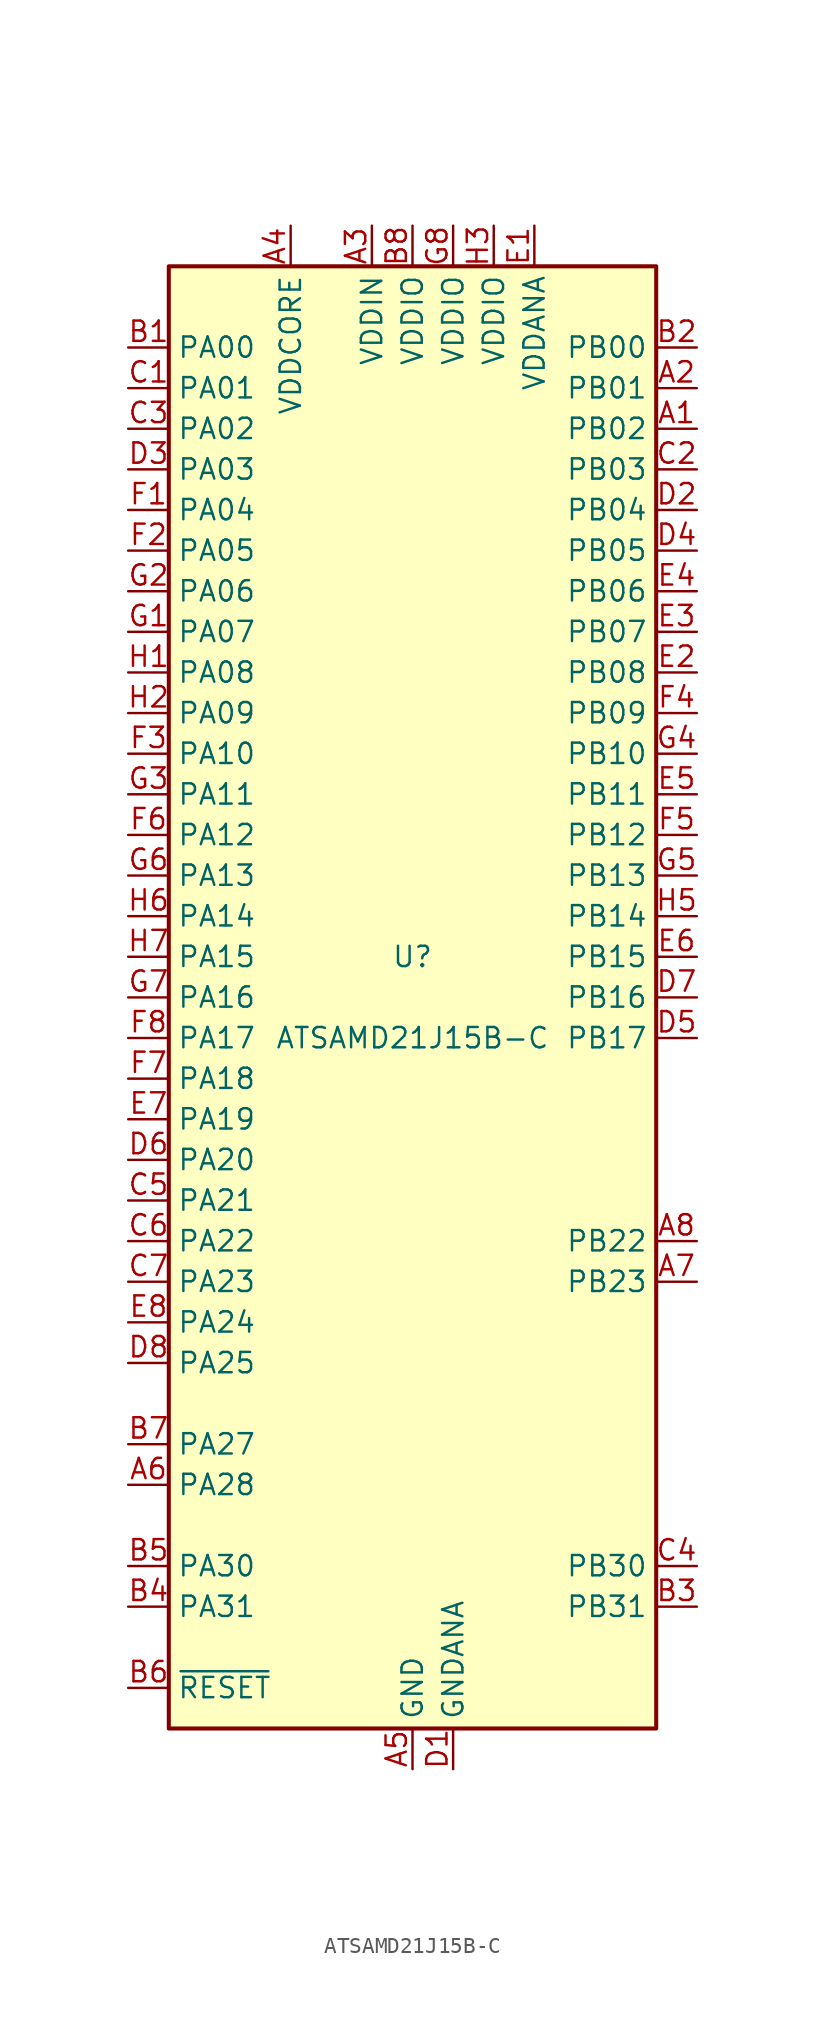
<source format=kicad_sym>
(kicad_symbol_lib
  (version 20211014)
  (generator kicad_symbol_editor)
  (symbol "ATSAMD21J15B-C"
    (property "Reference" "U"
      (at 0 2.54 0)
      (effects (font (size 1.27 1.27))))
    (property "Value" "ATSAMD21J15B-C"
      (at 0 -2.54 0)
      (effects (font (size 1.27 1.27))))
    (symbol "ATSAMD21J15B-C_0_1"
      (rectangle (start -15.24 45.72) (end 15.24 -45.72) (stroke (width 0.254) (type default) (color 0 0 0 0)) (fill (type background))))
    (symbol "ATSAMD21J15B-C_1_1"
      (pin bidirectional line (at 17.78 35.56 180) (length 2.54) (name "PB02" (effects (font (size 1.27 1.27)))) (number "A1" (effects (font (size 1.27 1.27)))))
      (pin bidirectional line (at 17.78 38.1 180) (length 2.54) (name "PB01" (effects (font (size 1.27 1.27)))) (number "A2" (effects (font (size 1.27 1.27)))))
      (pin power_in line (at -2.54 48.26 270) (length 2.54) (name "VDDIN" (effects (font (size 1.27 1.27)))) (number "A3" (effects (font (size 1.27 1.27)))))
      (pin power_out line (at -7.62 48.26 270) (length 2.54) (name "VDDCORE" (effects (font (size 1.27 1.27)))) (number "A4" (effects (font (size 1.27 1.27)))))
      (pin power_in line (at 0 -48.26 90) (length 2.54) (name "GND" (effects (font (size 1.27 1.27)))) (number "A5" (effects (font (size 1.27 1.27)))))
      (pin bidirectional line (at -17.78 -30.48 0) (length 2.54) (name "PA28" (effects (font (size 1.27 1.27)))) (number "A6" (effects (font (size 1.27 1.27)))))
      (pin bidirectional line (at 17.78 -17.78 180) (length 2.54) (name "PB23" (effects (font (size 1.27 1.27)))) (number "A7" (effects (font (size 1.27 1.27)))))
      (pin bidirectional line (at 17.78 -15.24 180) (length 2.54) (name "PB22" (effects (font (size 1.27 1.27)))) (number "A8" (effects (font (size 1.27 1.27)))))
      (pin bidirectional line (at -17.78 40.64 0) (length 2.54) (name "PA00" (effects (font (size 1.27 1.27)))) (number "B1" (effects (font (size 1.27 1.27)))))
      (pin bidirectional line (at 17.78 40.64 180) (length 2.54) (name "PB00" (effects (font (size 1.27 1.27)))) (number "B2" (effects (font (size 1.27 1.27)))))
      (pin bidirectional line (at 17.78 -38.1 180) (length 2.54) (name "PB31" (effects (font (size 1.27 1.27)))) (number "B3" (effects (font (size 1.27 1.27)))))
      (pin bidirectional line (at -17.78 -38.1 0) (length 2.54) (name "PA31" (effects (font (size 1.27 1.27)))) (number "B4" (effects (font (size 1.27 1.27)))))
      (pin bidirectional line (at -17.78 -35.56 0) (length 2.54) (name "PA30" (effects (font (size 1.27 1.27)))) (number "B5" (effects (font (size 1.27 1.27)))))
      (pin input line (at -17.78 -43.18 0) (length 2.54) (name "~{RESET}" (effects (font (size 1.27 1.27)))) (number "B6" (effects (font (size 1.27 1.27)))))
      (pin bidirectional line (at -17.78 -27.94 0) (length 2.54) (name "PA27" (effects (font (size 1.27 1.27)))) (number "B7" (effects (font (size 1.27 1.27)))))
      (pin power_in line (at 0 48.26 270) (length 2.54) (name "VDDIO" (effects (font (size 1.27 1.27)))) (number "B8" (effects (font (size 1.27 1.27)))))
      (pin bidirectional line (at -17.78 38.1 0) (length 2.54) (name "PA01" (effects (font (size 1.27 1.27)))) (number "C1" (effects (font (size 1.27 1.27)))))
      (pin bidirectional line (at 17.78 33.02 180) (length 2.54) (name "PB03" (effects (font (size 1.27 1.27)))) (number "C2" (effects (font (size 1.27 1.27)))))
      (pin bidirectional line (at -17.78 35.56 0) (length 2.54) (name "PA02" (effects (font (size 1.27 1.27)))) (number "C3" (effects (font (size 1.27 1.27)))))
      (pin bidirectional line (at 17.78 -35.56 180) (length 2.54) (name "PB30" (effects (font (size 1.27 1.27)))) (number "C4" (effects (font (size 1.27 1.27)))))
      (pin bidirectional line (at -17.78 -12.7 0) (length 2.54) (name "PA21" (effects (font (size 1.27 1.27)))) (number "C5" (effects (font (size 1.27 1.27)))))
      (pin bidirectional line (at -17.78 -15.24 0) (length 2.54) (name "PA22" (effects (font (size 1.27 1.27)))) (number "C6" (effects (font (size 1.27 1.27)))))
      (pin bidirectional line (at -17.78 -17.78 0) (length 2.54) (name "PA23" (effects (font (size 1.27 1.27)))) (number "C7" (effects (font (size 1.27 1.27)))))
      (pin passive line (at 0 -48.26 90) (length 2.54) hide (name "GND" (effects (font (size 1.27 1.27)))) (number "C8" (effects (font (size 1.27 1.27)))))
      (pin power_in line (at 2.54 -48.26 90) (length 2.54) (name "GNDANA" (effects (font (size 1.27 1.27)))) (number "D1" (effects (font (size 1.27 1.27)))))
      (pin bidirectional line (at 17.78 30.48 180) (length 2.54) (name "PB04" (effects (font (size 1.27 1.27)))) (number "D2" (effects (font (size 1.27 1.27)))))
      (pin bidirectional line (at -17.78 33.02 0) (length 2.54) (name "PA03" (effects (font (size 1.27 1.27)))) (number "D3" (effects (font (size 1.27 1.27)))))
      (pin bidirectional line (at 17.78 27.94 180) (length 2.54) (name "PB05" (effects (font (size 1.27 1.27)))) (number "D4" (effects (font (size 1.27 1.27)))))
      (pin bidirectional line (at 17.78 -2.54 180) (length 2.54) (name "PB17" (effects (font (size 1.27 1.27)))) (number "D5" (effects (font (size 1.27 1.27)))))
      (pin bidirectional line (at -17.78 -10.16 0) (length 2.54) (name "PA20" (effects (font (size 1.27 1.27)))) (number "D6" (effects (font (size 1.27 1.27)))))
      (pin bidirectional line (at 17.78 0 180) (length 2.54) (name "PB16" (effects (font (size 1.27 1.27)))) (number "D7" (effects (font (size 1.27 1.27)))))
      (pin bidirectional line (at -17.78 -22.86 0) (length 2.54) (name "PA25" (effects (font (size 1.27 1.27)))) (number "D8" (effects (font (size 1.27 1.27)))))
      (pin power_in line (at 7.62 48.26 270) (length 2.54) (name "VDDANA" (effects (font (size 1.27 1.27)))) (number "E1" (effects (font (size 1.27 1.27)))))
      (pin bidirectional line (at 17.78 20.32 180) (length 2.54) (name "PB08" (effects (font (size 1.27 1.27)))) (number "E2" (effects (font (size 1.27 1.27)))))
      (pin bidirectional line (at 17.78 22.86 180) (length 2.54) (name "PB07" (effects (font (size 1.27 1.27)))) (number "E3" (effects (font (size 1.27 1.27)))))
      (pin bidirectional line (at 17.78 25.4 180) (length 2.54) (name "PB06" (effects (font (size 1.27 1.27)))) (number "E4" (effects (font (size 1.27 1.27)))))
      (pin bidirectional line (at 17.78 12.7 180) (length 2.54) (name "PB11" (effects (font (size 1.27 1.27)))) (number "E5" (effects (font (size 1.27 1.27)))))
      (pin bidirectional line (at 17.78 2.54 180) (length 2.54) (name "PB15" (effects (font (size 1.27 1.27)))) (number "E6" (effects (font (size 1.27 1.27)))))
      (pin bidirectional line (at -17.78 -7.62 0) (length 2.54) (name "PA19" (effects (font (size 1.27 1.27)))) (number "E7" (effects (font (size 1.27 1.27)))))
      (pin bidirectional line (at -17.78 -20.32 0) (length 2.54) (name "PA24" (effects (font (size 1.27 1.27)))) (number "E8" (effects (font (size 1.27 1.27)))))
      (pin bidirectional line (at -17.78 30.48 0) (length 2.54) (name "PA04" (effects (font (size 1.27 1.27)))) (number "F1" (effects (font (size 1.27 1.27)))))
      (pin bidirectional line (at -17.78 27.94 0) (length 2.54) (name "PA05" (effects (font (size 1.27 1.27)))) (number "F2" (effects (font (size 1.27 1.27)))))
      (pin bidirectional line (at -17.78 15.24 0) (length 2.54) (name "PA10" (effects (font (size 1.27 1.27)))) (number "F3" (effects (font (size 1.27 1.27)))))
      (pin bidirectional line (at 17.78 17.78 180) (length 2.54) (name "PB09" (effects (font (size 1.27 1.27)))) (number "F4" (effects (font (size 1.27 1.27)))))
      (pin bidirectional line (at 17.78 10.16 180) (length 2.54) (name "PB12" (effects (font (size 1.27 1.27)))) (number "F5" (effects (font (size 1.27 1.27)))))
      (pin bidirectional line (at -17.78 10.16 0) (length 2.54) (name "PA12" (effects (font (size 1.27 1.27)))) (number "F6" (effects (font (size 1.27 1.27)))))
      (pin bidirectional line (at -17.78 -5.08 0) (length 2.54) (name "PA18" (effects (font (size 1.27 1.27)))) (number "F7" (effects (font (size 1.27 1.27)))))
      (pin bidirectional line (at -17.78 -2.54 0) (length 2.54) (name "PA17" (effects (font (size 1.27 1.27)))) (number "F8" (effects (font (size 1.27 1.27)))))
      (pin bidirectional line (at -17.78 22.86 0) (length 2.54) (name "PA07" (effects (font (size 1.27 1.27)))) (number "G1" (effects (font (size 1.27 1.27)))))
      (pin bidirectional line (at -17.78 25.4 0) (length 2.54) (name "PA06" (effects (font (size 1.27 1.27)))) (number "G2" (effects (font (size 1.27 1.27)))))
      (pin bidirectional line (at -17.78 12.7 0) (length 2.54) (name "PA11" (effects (font (size 1.27 1.27)))) (number "G3" (effects (font (size 1.27 1.27)))))
      (pin bidirectional line (at 17.78 15.24 180) (length 2.54) (name "PB10" (effects (font (size 1.27 1.27)))) (number "G4" (effects (font (size 1.27 1.27)))))
      (pin bidirectional line (at 17.78 7.62 180) (length 2.54) (name "PB13" (effects (font (size 1.27 1.27)))) (number "G5" (effects (font (size 1.27 1.27)))))
      (pin bidirectional line (at -17.78 7.62 0) (length 2.54) (name "PA13" (effects (font (size 1.27 1.27)))) (number "G6" (effects (font (size 1.27 1.27)))))
      (pin bidirectional line (at -17.78 0 0) (length 2.54) (name "PA16" (effects (font (size 1.27 1.27)))) (number "G7" (effects (font (size 1.27 1.27)))))
      (pin power_in line (at 2.54 48.26 270) (length 2.54) (name "VDDIO" (effects (font (size 1.27 1.27)))) (number "G8" (effects (font (size 1.27 1.27)))))
      (pin bidirectional line (at -17.78 20.32 0) (length 2.54) (name "PA08" (effects (font (size 1.27 1.27)))) (number "H1" (effects (font (size 1.27 1.27)))))
      (pin bidirectional line (at -17.78 17.78 0) (length 2.54) (name "PA09" (effects (font (size 1.27 1.27)))) (number "H2" (effects (font (size 1.27 1.27)))))
      (pin power_in line (at 5.08 48.26 270) (length 2.54) (name "VDDIO" (effects (font (size 1.27 1.27)))) (number "H3" (effects (font (size 1.27 1.27)))))
      (pin passive line (at 0 -48.26 90) (length 2.54) hide (name "GND" (effects (font (size 1.27 1.27)))) (number "H4" (effects (font (size 1.27 1.27)))))
      (pin bidirectional line (at 17.78 5.08 180) (length 2.54) (name "PB14" (effects (font (size 1.27 1.27)))) (number "H5" (effects (font (size 1.27 1.27)))))
      (pin bidirectional line (at -17.78 5.08 0) (length 2.54) (name "PA14" (effects (font (size 1.27 1.27)))) (number "H6" (effects (font (size 1.27 1.27)))))
      (pin bidirectional line (at -17.78 2.54 0) (length 2.54) (name "PA15" (effects (font (size 1.27 1.27)))) (number "H7" (effects (font (size 1.27 1.27)))))
      (pin passive line (at 0 -48.26 90) (length 2.54) hide (name "GND" (effects (font (size 1.27 1.27)))) (number "H8" (effects (font (size 1.27 1.27))))))))
</source>
